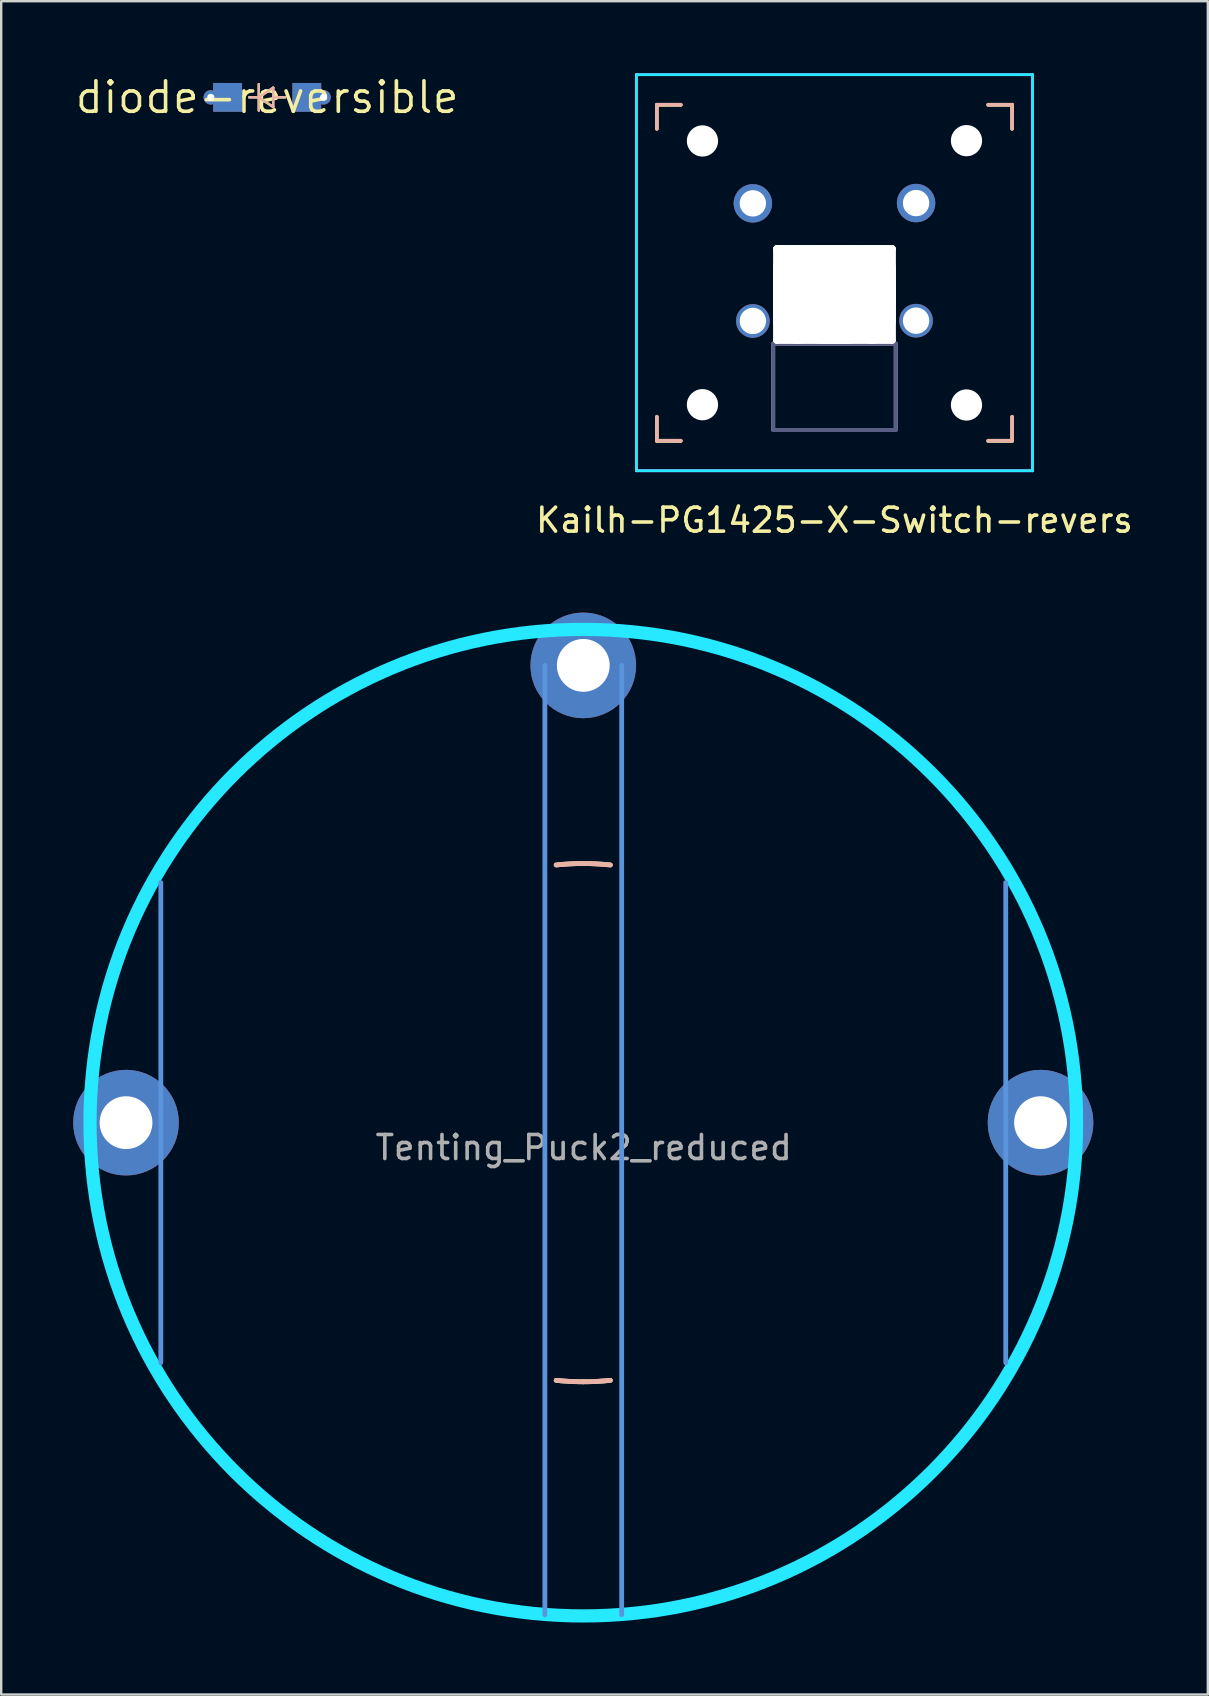
<source format=kicad_pcb>
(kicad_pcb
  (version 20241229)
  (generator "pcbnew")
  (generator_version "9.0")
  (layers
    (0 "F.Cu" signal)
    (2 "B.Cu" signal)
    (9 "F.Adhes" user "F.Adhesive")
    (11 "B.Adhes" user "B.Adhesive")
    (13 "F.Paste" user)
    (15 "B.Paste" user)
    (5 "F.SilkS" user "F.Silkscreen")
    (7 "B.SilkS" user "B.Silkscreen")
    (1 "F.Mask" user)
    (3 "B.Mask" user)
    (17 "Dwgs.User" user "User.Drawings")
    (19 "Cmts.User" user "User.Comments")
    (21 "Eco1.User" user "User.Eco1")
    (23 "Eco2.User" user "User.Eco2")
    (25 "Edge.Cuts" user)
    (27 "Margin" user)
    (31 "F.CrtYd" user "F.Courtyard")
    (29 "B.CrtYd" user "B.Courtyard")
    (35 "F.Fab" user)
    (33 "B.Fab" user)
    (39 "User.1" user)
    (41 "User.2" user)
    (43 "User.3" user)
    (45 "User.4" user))
  (footprint "Tenting_Puck2_reduced"
    (layer "F.Cu")
    (at 21.25 43.721)
    (property "Reference" "Tenting_Puck2_reduced" (at 0.018 1.038 0) (layer "F.Fab") (effects (font (size 1 1) (thickness 0.15))))
    (attr through_hole)
    (fp_arc (start -20.32 -2.8575) (mid -19.91151 -4.959786) (end -19.286134 -7.008048) (stroke (width 0.2) (type solid)) (layer "F.SilkS"))
    (fp_arc (start -19.286134 7.008047) (mid -19.91151 4.959786) (end -20.32 2.8575) (stroke (width 0.2) (type solid)) (layer "F.SilkS"))
    (fp_arc (start -7.008048 -19.286134) (mid -4.959786 -19.91151) (end -2.8575 -20.32) (stroke (width 0.2) (type solid)) (layer "F.SilkS"))
    (fp_arc (start -2.8575 20.32) (mid -4.959785 19.91151) (end -7.008046 19.286135) (stroke (width 0.2) (type solid)) (layer "F.SilkS"))
    (fp_arc (start -1.128385 -10.735864) (mid -0.564967 -10.780206) (end 0 -10.795) (stroke (width 0.2) (type solid)) (layer "F.SilkS"))
    (fp_arc (start 0 -10.795) (mid 0.564967 -10.780206) (end 1.128385 -10.735864) (stroke (width 0.2) (type solid)) (layer "F.SilkS"))
    (fp_arc (start 0 10.795) (mid -0.564967 10.780206) (end -1.128385 10.735864) (stroke (width 0.2) (type solid)) (layer "F.SilkS"))
    (fp_arc (start 1.128385 10.735864) (mid 0.564967 10.780206) (end 0 10.795) (stroke (width 0.2) (type solid)) (layer "F.SilkS"))
    (fp_arc (start 2.8575 -20.32) (mid 4.959786 -19.91151) (end 7.008047 -19.286134) (stroke (width 0.2) (type solid)) (layer "F.SilkS"))
    (fp_arc (start 7.008047 19.286134) (mid 4.959786 19.91151) (end 2.8575 20.32) (stroke (width 0.2) (type solid)) (layer "F.SilkS"))
    (fp_arc (start 19.286135 -7.008045) (mid 19.91151 -4.959785) (end 20.32 -2.8575) (stroke (width 0.2) (type solid)) (layer "F.SilkS"))
    (fp_arc (start 20.32 2.8575) (mid 19.91151 4.959785) (end 19.286135 7.008046) (stroke (width 0.2) (type solid)) (layer "F.SilkS"))
    (fp_arc (start -20.32 -2.8575) (mid -19.91151 -4.959784) (end -19.286136 -7.008044) (stroke (width 0.2) (type solid)) (layer "B.SilkS"))
    (fp_arc (start -19.286135 7.008046) (mid -19.91151 4.959785) (end -20.32 2.8575) (stroke (width 0.2) (type solid)) (layer "B.SilkS"))
    (fp_arc (start -7.008046 -19.286135) (mid -4.959785 -19.91151) (end -2.8575 -20.32) (stroke (width 0.2) (type solid)) (layer "B.SilkS"))
    (fp_arc (start -2.8575 20.32) (mid -4.959785 19.91151) (end -7.008045 19.286135) (stroke (width 0.2) (type solid)) (layer "B.SilkS"))
    (fp_arc (start -1.128385 -10.735864) (mid -0.564967 -10.780206) (end 0 -10.795) (stroke (width 0.2) (type solid)) (layer "B.SilkS"))
    (fp_arc (start 0 -10.795) (mid 0.564967 -10.780206) (end 1.128385 -10.735864) (stroke (width 0.2) (type solid)) (layer "B.SilkS"))
    (fp_arc (start 0 10.795) (mid -0.564967 10.780206) (end -1.128385 10.735864) (stroke (width 0.2) (type solid)) (layer "B.SilkS"))
    (fp_arc (start 1.128385 10.735864) (mid 0.564967 10.780206) (end 0 10.795) (stroke (width 0.2) (type solid)) (layer "B.SilkS"))
    (fp_arc (start 2.8575 -20.32) (mid 4.959787 -19.91151) (end 7.008049 -19.286134) (stroke (width 0.2) (type solid)) (layer "B.SilkS"))
    (fp_arc (start 7.008045 19.286135) (mid 4.959785 19.91151) (end 2.8575 20.32) (stroke (width 0.2) (type solid)) (layer "B.SilkS"))
    (fp_arc (start 19.286134 -7.008048) (mid 19.91151 -4.959786) (end 20.32 -2.8575) (stroke (width 0.2) (type solid)) (layer "B.SilkS"))
    (fp_arc (start 20.32 2.8575) (mid 19.91151 4.959786) (end 19.286134 7.008048) (stroke (width 0.2) (type solid)) (layer "B.SilkS"))
    (fp_line (start -17.6 10) (end -17.6 -10) (stroke (width 0.2) (type solid)) (layer "Cmts.User"))
    (fp_line (start -1.6 20.5) (end -1.6 -19.05) (stroke (width 0.2) (type solid)) (layer "Cmts.User"))
    (fp_line (start 1.6 20.5) (end 1.6 -19.05) (stroke (width 0.2) (type solid)) (layer "Cmts.User"))
    (fp_line (start 17.6 10) (end 17.6 -10) (stroke (width 0.2) (type solid)) (layer "Cmts.User"))
    (fp_circle (center 0 0) (end 20.55 0) (stroke (width 0.55) (type solid)) (fill no) (layer "B.CrtYd"))
    (pad "1" thru_hole circle (at -19.05 0) (size 4.4 4.4) (drill 2.2) (layers "*.Cu" "*.Mask"))
    (pad "1" thru_hole circle (at 0 -19.05) (size 4.4 4.4) (drill 2.2) (layers "*.Cu" "*.Mask"))
    (pad "1" thru_hole circle (at 19.05 0) (size 4.4 4.4) (drill 2.2) (layers "*.Cu" "*.Mask")))
  (footprint "Kailh-PG1425-X-Switch-revers"
    (layer "F.Cu")
    (at 31.715 8.31)
    (property "Reference" "Kailh-PG1425-X-Switch-revers" (at 0 10.312 0) (layer "F.SilkS") (effects (font (size 1 1) (thickness 0.15))))
    (attr through_hole)
    (fp_line (start -7.4 6.012) (end -7.4 7.012) (stroke (width 0.15) (type solid)) (layer "F.SilkS"))
    (fp_line (start -7.4 -6.987) (end -6.4 -6.987) (stroke (width 0.15) (type solid)) (layer "F.SilkS"))
    (fp_line (start -7.4 -5.987) (end -7.4 -6.987) (stroke (width 0.15) (type solid)) (layer "F.SilkS"))
    (fp_line (start -6.4 7.013) (end -7.4 7.013) (stroke (width 0.15) (type solid)) (layer "F.SilkS"))
    (fp_line (start 6.4 7.012) (end 7.4 7.012) (stroke (width 0.15) (type solid)) (layer "F.SilkS"))
    (fp_line (start 7.4 -6.988) (end 6.4 -6.988) (stroke (width 0.15) (type solid)) (layer "F.SilkS"))
    (fp_line (start 7.4 7.012) (end 7.4 6.012) (stroke (width 0.15) (type solid)) (layer "F.SilkS"))
    (fp_line (start 7.4 -6.987) (end 7.4 -5.987) (stroke (width 0.15) (type solid)) (layer "F.SilkS"))
    (fp_line (start -7.4 -7) (end -7.4 -6) (stroke (width 0.15) (type solid)) (layer "B.SilkS"))
    (fp_line (start -7.4 -7) (end -6.4 -7) (stroke (width 0.15) (type solid)) (layer "B.SilkS"))
    (fp_line (start -7.4 7) (end -7.4 6) (stroke (width 0.15) (type solid)) (layer "B.SilkS"))
    (fp_line (start -6.4 7) (end -7.4 7) (stroke (width 0.15) (type solid)) (layer "B.SilkS"))
    (fp_line (start 6.4 7) (end 7.4 7) (stroke (width 0.15) (type solid)) (layer "B.SilkS"))
    (fp_line (start 7.4 -7) (end 6.4 -7) (stroke (width 0.15) (type solid)) (layer "B.SilkS"))
    (fp_line (start 7.4 -6) (end 7.4 -7) (stroke (width 0.15) (type solid)) (layer "B.SilkS"))
    (fp_line (start 7.4 6) (end 7.4 7) (stroke (width 0.15) (type solid)) (layer "B.SilkS"))
    (fp_line (start -8.25 -8.25) (end 8.25 -8.25) (stroke (width 0.12) (type solid)) (layer "B.CrtYd"))
    (fp_line (start -8.25 8.25) (end -8.25 -8.25) (stroke (width 0.12) (type solid)) (layer "B.CrtYd"))
    (fp_line (start 8.25 -8.25) (end 8.25 8.25) (stroke (width 0.12) (type solid)) (layer "B.CrtYd"))
    (fp_line (start 8.25 8.25) (end -8.25 8.25) (stroke (width 0.12) (type solid)) (layer "B.CrtYd"))
    (fp_line (start -8.25 -8.25) (end 8.25 -8.25) (stroke (width 0.12) (type solid)) (layer "F.CrtYd"))
    (fp_line (start -8.25 8.25) (end -8.25 -8.25) (stroke (width 0.12) (type solid)) (layer "F.CrtYd"))
    (fp_line (start 8.25 -8.25) (end 8.25 8.25) (stroke (width 0.12) (type solid)) (layer "F.CrtYd"))
    (fp_line (start 8.25 8.25) (end -8.25 8.25) (stroke (width 0.12) (type solid)) (layer "F.CrtYd"))
    (fp_line (start -2.55 2.962) (end 2.55 2.962) (stroke (width 0.15) (type solid)) (layer "B.Fab"))
    (fp_line (start -2.55 6.562) (end -2.55 2.962) (stroke (width 0.15) (type solid)) (layer "B.Fab"))
    (fp_line (start -2.55 2.95) (end 2.55 2.95) (stroke (width 0.15) (type solid)) (layer "B.Fab"))
    (fp_line (start -2.55 6.55) (end -2.55 2.95) (stroke (width 0.15) (type solid)) (layer "B.Fab"))
    (fp_line (start 2.55 2.962) (end 2.55 6.562) (stroke (width 0.15) (type solid)) (layer "B.Fab"))
    (fp_line (start 2.55 6.562) (end -2.55 6.562) (stroke (width 0.15) (type solid)) (layer "B.Fab"))
    (fp_line (start 2.55 2.95) (end 2.55 6.55) (stroke (width 0.15) (type solid)) (layer "B.Fab"))
    (fp_line (start 2.55 6.55) (end -2.55 6.55) (stroke (width 0.15) (type solid)) (layer "B.Fab"))
    (fp_line (start -2.55 2.962) (end -2.55 6.562) (stroke (width 0.15) (type solid)) (layer "F.Fab"))
    (fp_line (start -2.55 6.562) (end 2.55 6.562) (stroke (width 0.15) (type solid)) (layer "F.Fab"))
    (fp_line (start -2.55 2.95) (end -2.55 6.55) (stroke (width 0.15) (type solid)) (layer "F.Fab"))
    (fp_line (start -2.55 6.55) (end 2.55 6.55) (stroke (width 0.15) (type solid)) (layer "F.Fab"))
    (fp_line (start 2.55 2.962) (end -2.55 2.962) (stroke (width 0.15) (type solid)) (layer "F.Fab"))
    (fp_line (start 2.55 6.562) (end 2.55 2.962) (stroke (width 0.15) (type solid)) (layer "F.Fab"))
    (fp_line (start 2.55 2.95) (end -2.55 2.95) (stroke (width 0.15) (type solid)) (layer "F.Fab"))
    (fp_line (start 2.55 6.55) (end 2.55 2.95) (stroke (width 0.15) (type solid)) (layer "F.Fab"))
    (pad "" np_thru_hole circle (at -5.5 -5.488 180) (size 1.3 1.3) (drill 1.3) (layers "*.Cu" "*.Mask"))
    (pad "" np_thru_hole circle (at -5.5 5.5 180) (size 1.3 1.3) (drill 1.3) (layers "*.Cu" "*.Mask"))
    (pad "" np_thru_hole oval (at -2.4 0.9) (size 0.3 4.1) (drill oval 0.3 4.1) (layers "*.Cu" "*.Mask"))
    (pad "" np_thru_hole oval (at -2.4 0.912) (size 0.3 4.1) (drill oval 0.3 4.1) (layers "*.Cu" "*.Mask"))
    (pad "" np_thru_hole oval (at -1.55 0.9) (size 2 4.1) (drill oval 2 4.1) (layers "*.Cu" "*.Mask"))
    (pad "" np_thru_hole oval (at -1.55 0.912) (size 2 4.1) (drill oval 2 4.1) (layers "*.Cu" "*.Mask"))
    (pad "" np_thru_hole oval (at 0 -1) (size 5.1 0.3) (drill oval 5.1 0.3) (layers "*.Cu" "*.Mask"))
    (pad "" np_thru_hole oval (at 0 -0.988) (size 5.1 0.3) (drill oval 5.1 0.3) (layers "*.Cu" "*.Mask"))
    (pad "" np_thru_hole oval (at 0 0.9) (size 5.1 4.1) (drill oval 5.1 4.1) (layers "*.Cu" "*.Mask"))
    (pad "" np_thru_hole oval (at 0 0.912) (size 5.1 4.1) (drill oval 5.1 4.1) (layers "*.Cu" "*.Mask"))
    (pad "" np_thru_hole oval (at 0 2.8) (size 5.1 0.3) (drill oval 5.1 0.3) (layers "*.Cu" "*.Mask"))
    (pad "" np_thru_hole oval (at 0 2.812) (size 5.1 0.3) (drill oval 5.1 0.3) (layers "*.Cu" "*.Mask"))
    (pad "" np_thru_hole oval (at 1.55 0.9) (size 2 4.1) (drill oval 2 4.1) (layers "*.Cu" "*.Mask"))
    (pad "" np_thru_hole oval (at 1.55 0.912) (size 2 4.1) (drill oval 2 4.1) (layers "*.Cu" "*.Mask"))
    (pad "" np_thru_hole oval (at 2.4 0.9) (size 0.3 4.1) (drill oval 0.3 4.1) (layers "*.Cu" "*.Mask"))
    (pad "" np_thru_hole oval (at 2.4 0.912) (size 0.3 4.1) (drill oval 0.3 4.1) (layers "*.Cu" "*.Mask"))
    (pad "" np_thru_hole circle (at 5.5 5.512 180) (size 1.3 1.3) (drill 1.3) (layers "*.Cu" "*.Mask"))
    (pad "" np_thru_hole circle (at 5.5 -5.5 180) (size 1.3 1.3) (drill 1.3) (layers "*.Cu" "*.Mask"))
    (pad "1" thru_hole circle (at -3.4 -2.888 180) (size 1.6 1.6) (drill 1.1) (layers "*.Cu" "B.Mask"))
    (pad "1" thru_hole circle (at 3.4 -2.9 180) (size 1.6 1.6) (drill 1.1) (layers "*.Cu" "F.Mask"))
    (pad "2" thru_hole circle (at -3.4 2.012 180) (size 1.4 1.4) (drill 1.1) (layers "*.Cu" "B.Mask"))
    (pad "2" thru_hole circle (at 3.4 2 180) (size 1.4 1.4) (drill 1.1) (layers "*.Cu" "F.Mask")))
  (footprint "diode-reversible"
    (layer "F.Cu")
    (at 8.081 1.006)
    (property "Reference" "diode-reversible" (at 0 0 180) (layer "F.SilkS") (effects (font (size 1.27 1.27) (thickness 0.15))))
    (attr through_hole)
    (fp_line (start -0.75 0) (end -0.35 0) (stroke (width 0.1) (type solid)) (layer "F.SilkS"))
    (fp_line (start -0.35 0) (end -0.35 -0.55) (stroke (width 0.1) (type solid)) (layer "F.SilkS"))
    (fp_line (start -0.35 0) (end -0.35 0.55) (stroke (width 0.1) (type solid)) (layer "F.SilkS"))
    (fp_line (start -0.35 0) (end 0.25 -0.4) (stroke (width 0.1) (type solid)) (layer "F.SilkS"))
    (fp_line (start 0.25 -0.4) (end 0.25 0.4) (stroke (width 0.1) (type solid)) (layer "F.SilkS"))
    (fp_line (start 0.25 0) (end 0.75 0) (stroke (width 0.1) (type solid)) (layer "F.SilkS"))
    (fp_line (start 0.25 0.4) (end -0.35 0) (stroke (width 0.1) (type solid)) (layer "F.SilkS"))
    (fp_line (start -0.75 0) (end -0.35 0) (stroke (width 0.1) (type solid)) (layer "B.SilkS"))
    (fp_line (start -0.35 0) (end -0.35 -0.55) (stroke (width 0.1) (type solid)) (layer "B.SilkS"))
    (fp_line (start -0.35 0) (end -0.35 0.55) (stroke (width 0.1) (type solid)) (layer "B.SilkS"))
    (fp_line (start -0.35 0) (end 0.25 -0.4) (stroke (width 0.1) (type solid)) (layer "B.SilkS"))
    (fp_line (start 0.25 -0.4) (end 0.25 0.4) (stroke (width 0.1) (type solid)) (layer "B.SilkS"))
    (fp_line (start 0.25 0) (end 0.75 0) (stroke (width 0.1) (type solid)) (layer "B.SilkS"))
    (fp_line (start 0.25 0.4) (end -0.35 0) (stroke (width 0.1) (type solid)) (layer "B.SilkS"))
    (pad "1" thru_hole circle (at -2.35 0 180) (size 0.6 0.6) (drill 0.3) (layers "*.Cu"))
    (pad "1" smd rect (at -1.65 0) (size 1.2 1.2) (layers "F.Cu" "F.Mask" "F.Paste"))
    (pad "1" smd rect (at -1.65 0) (size 1.2 1.2) (layers "B.Cu" "B.Mask" "B.Paste"))
    (pad "2" smd rect (at 1.65 0) (size 1.2 1.2) (layers "F.Cu" "F.Mask" "F.Paste"))
    (pad "2" smd rect (at 1.65 0) (size 1.2 1.2) (layers "B.Cu" "B.Mask" "B.Paste"))
    (pad "2" thru_hole circle (at 2.35 0 180) (size 0.6 0.6) (drill 0.3) (layers "*.Cu")))
  (gr_rect
    (start -3 -3)
    (end 47.269 67.546)
    (stroke (width 0.1) (type default))
    (fill no)
    (layer "Edge.Cuts")))
</source>
